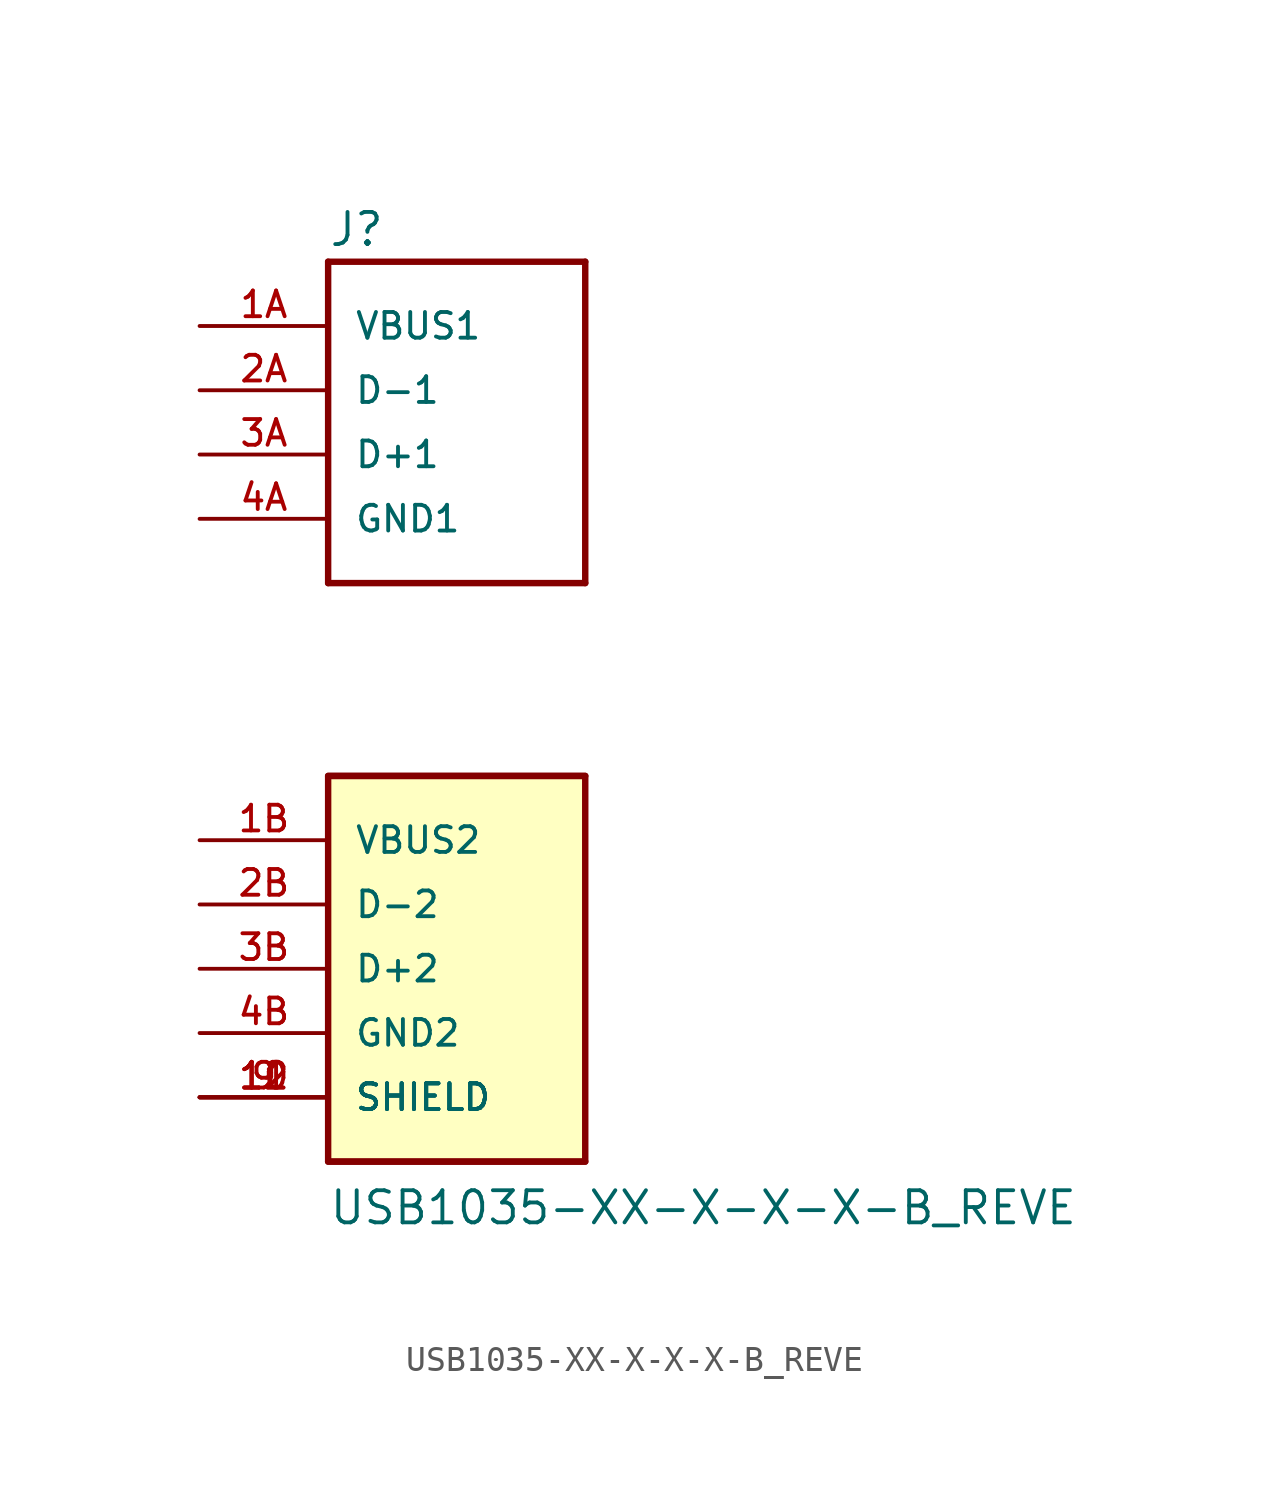
<source format=kicad_sym>
(kicad_symbol_lib
  (version 20220914)
  (generator kicad_symbol_editor)
  (symbol "USB1035-XX-X-X-X-B_REVE"
    (pin_names
      (offset 1.016))
    (property "Reference" "J"
      (at -5.08 18.313 0)
      (effects (font (size 1.27 1.27)) (justify left bottom)))
    (property "Value" "USB1035-XX-X-X-X-B_REVE"
      (at -5.08 -20.345 0)
      (effects (font (size 1.27 1.27)) (justify left bottom)))
    (symbol "USB1035-XX-X-X-X-B_REVE_0_0"
      (rectangle (start -5.08 -17.78) (end 5.08 -2.54) (stroke (width 0.254) (type solid)) (fill (type background)))
      (polyline (pts (xy -5.08 -2.54) (xy 5.08 -2.54)) (stroke (width 0.254) (type solid)) (fill (type none)))
      (polyline (pts (xy -5.08 5.08) (xy -5.08 17.78)) (stroke (width 0.254) (type solid)) (fill (type none)))
      (polyline (pts (xy -5.08 17.78) (xy 5.08 17.78)) (stroke (width 0.254) (type solid)) (fill (type none)))
      (polyline (pts (xy 5.08 -17.78) (xy -5.08 -17.78)) (stroke (width 0.254) (type solid)) (fill (type none)))
      (polyline (pts (xy 5.08 5.08) (xy -5.08 5.08)) (stroke (width 0.254) (type solid)) (fill (type none)))
      (polyline (pts (xy 5.08 17.78) (xy 5.08 5.08)) (stroke (width 0.254) (type solid)) (fill (type none)))
      (pin power_in line (at -10.16 -15.24 0) (length 5.08) (name "SHIELD" (effects (font (size 1.016 1.016)))) (number "10" (effects (font (size 1.016 1.016)))))
      (pin power_in line (at -10.16 -15.24 0) (length 5.08) (name "SHIELD" (effects (font (size 1.016 1.016)))) (number "11" (effects (font (size 1.016 1.016)))))
      (pin power_in line (at -10.16 -15.24 0) (length 5.08) (name "SHIELD" (effects (font (size 1.016 1.016)))) (number "12" (effects (font (size 1.016 1.016)))))
      (pin power_in line (at -10.16 15.24 0) (length 5.08) (name "VBUS1" (effects (font (size 1.016 1.016)))) (number "1A" (effects (font (size 1.016 1.016)))))
      (pin power_in line (at -10.16 -5.08 0) (length 5.08) (name "VBUS2" (effects (font (size 1.016 1.016)))) (number "1B" (effects (font (size 1.016 1.016)))))
      (pin bidirectional line (at -10.16 12.7 0) (length 5.08) (name "D-1" (effects (font (size 1.016 1.016)))) (number "2A" (effects (font (size 1.016 1.016)))))
      (pin bidirectional line (at -10.16 -7.62 0) (length 5.08) (name "D-2" (effects (font (size 1.016 1.016)))) (number "2B" (effects (font (size 1.016 1.016)))))
      (pin bidirectional line (at -10.16 10.16 0) (length 5.08) (name "D+1" (effects (font (size 1.016 1.016)))) (number "3A" (effects (font (size 1.016 1.016)))))
      (pin bidirectional line (at -10.16 -10.16 0) (length 5.08) (name "D+2" (effects (font (size 1.016 1.016)))) (number "3B" (effects (font (size 1.016 1.016)))))
      (pin power_in line (at -10.16 7.62 0) (length 5.08) (name "GND1" (effects (font (size 1.016 1.016)))) (number "4A" (effects (font (size 1.016 1.016)))))
      (pin power_in line (at -10.16 -12.7 0) (length 5.08) (name "GND2" (effects (font (size 1.016 1.016)))) (number "4B" (effects (font (size 1.016 1.016)))))
      (pin power_in line (at -10.16 -15.24 0) (length 5.08) (name "SHIELD" (effects (font (size 1.016 1.016)))) (number "9" (effects (font (size 1.016 1.016))))))))
</source>
